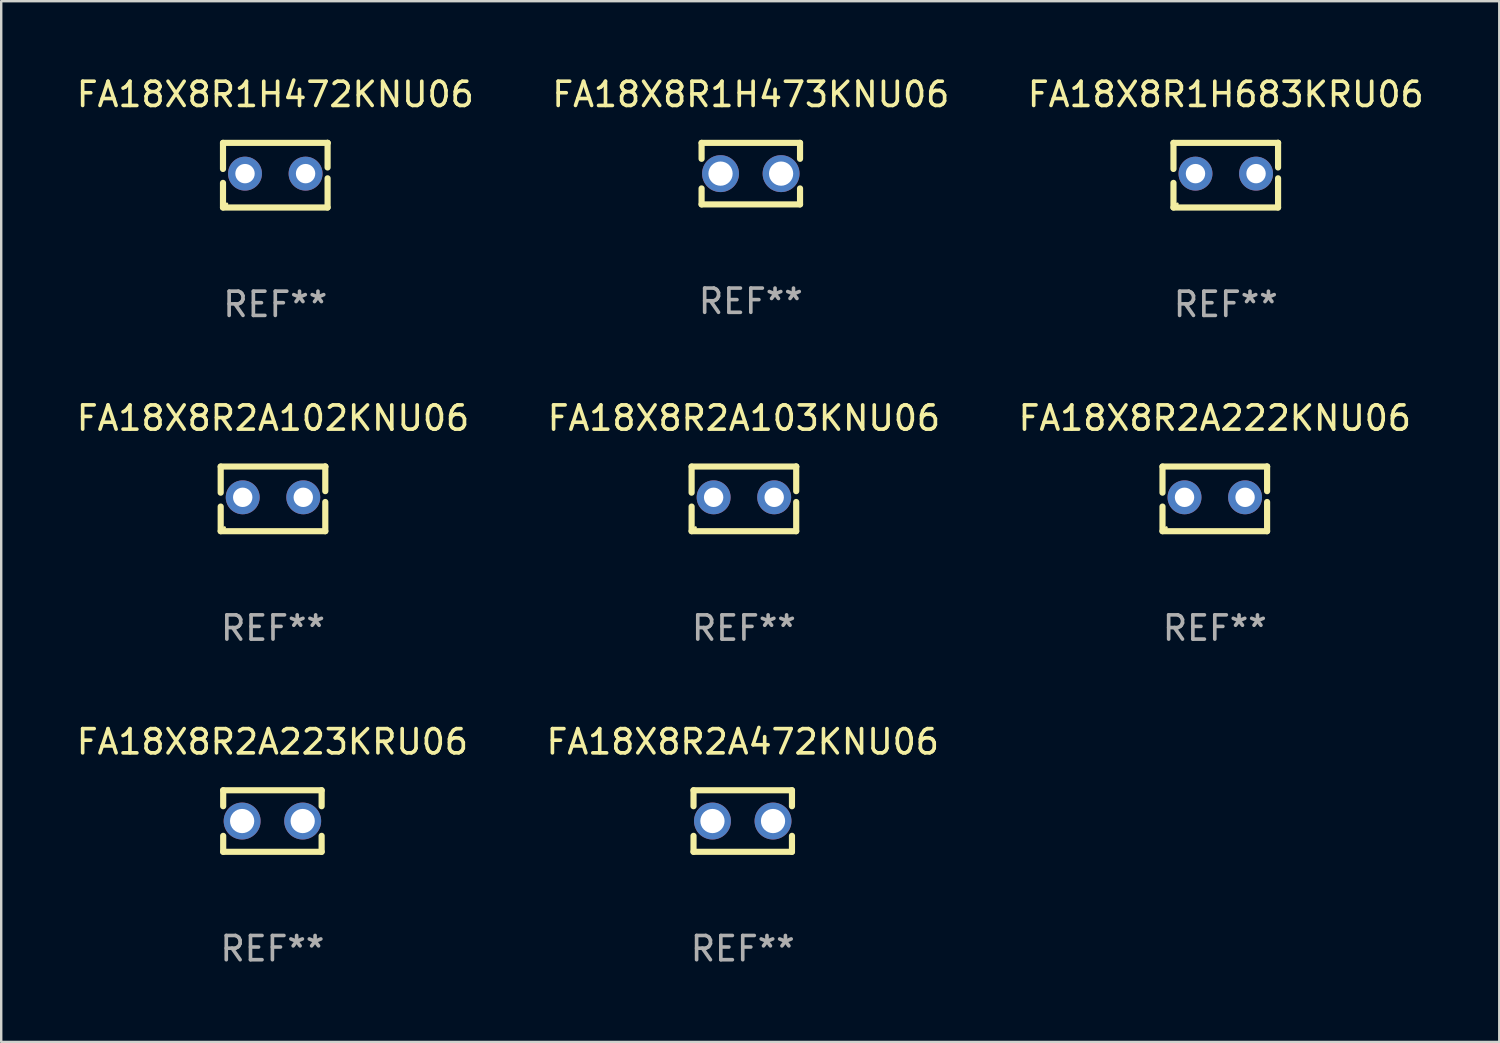
<source format=kicad_pcb>
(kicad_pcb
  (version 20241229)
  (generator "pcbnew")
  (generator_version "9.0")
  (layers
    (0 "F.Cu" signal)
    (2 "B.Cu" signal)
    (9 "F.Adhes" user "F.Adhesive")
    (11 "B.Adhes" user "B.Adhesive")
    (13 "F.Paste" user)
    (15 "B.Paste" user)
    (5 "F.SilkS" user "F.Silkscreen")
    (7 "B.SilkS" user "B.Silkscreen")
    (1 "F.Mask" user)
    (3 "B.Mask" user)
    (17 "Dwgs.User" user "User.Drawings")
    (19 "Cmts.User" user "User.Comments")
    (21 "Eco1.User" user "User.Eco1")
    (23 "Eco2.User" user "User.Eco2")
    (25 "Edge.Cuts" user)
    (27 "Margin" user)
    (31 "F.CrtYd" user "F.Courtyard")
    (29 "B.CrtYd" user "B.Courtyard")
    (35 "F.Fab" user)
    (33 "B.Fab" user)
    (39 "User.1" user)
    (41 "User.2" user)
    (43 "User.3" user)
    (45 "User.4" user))
  (footprint "FA18X8R2A223KRU06"
    (layer "F.Cu")
    (at 8.196 30.845)
    (property "Reference" "FA18X8R2A223KRU06" (at 0 -3.27 0) (layer "F.SilkS") (effects (font (size 1 1) (thickness 0.15))))
    (attr through_hole)
    (fp_line (start -2.032 -1.27) (end -2.032 -0.611) (stroke (width 0.254) (type solid)) (layer "F.SilkS"))
    (fp_line (start -2.032 0.611) (end -2.032 1.27) (stroke (width 0.254) (type solid)) (layer "F.SilkS"))
    (fp_line (start -2.032 1.27) (end 2.032 1.27) (stroke (width 0.254) (type solid)) (layer "F.SilkS"))
    (fp_line (start 2.032 -1.27) (end -2.032 -1.27) (stroke (width 0.254) (type solid)) (layer "F.SilkS"))
    (fp_line (start 2.032 -0.611) (end 2.032 -1.27) (stroke (width 0.254) (type solid)) (layer "F.SilkS"))
    (fp_line (start 2.032 1.27) (end 2.032 0.611) (stroke (width 0.254) (type solid)) (layer "F.SilkS"))
    (fp_circle (center -2 1.25) (end -1.97 1.25) (stroke (width 0.06) (type solid)) (fill no) (layer "F.SilkS"))
    (fp_text user "REF**" (at 0 5.27 0) (layer "F.Fab") (effects (font (size 1 1) (thickness 0.15))))
    (pad "1" thru_hole circle (at -1.25 0) (size 1.524 1.524) (drill 1) (layers "*.Cu" "*.Mask"))
    (pad "2" thru_hole circle (at 1.25 0) (size 1.524 1.524) (drill 1) (layers "*.Cu" "*.Mask")))
  (footprint "FA18X8R2A103KNU06"
    (layer "F.Cu")
    (at 27.661 17.545)
    (property "Reference" "FA18X8R2A103KNU06" (at 0 -3.334 0) (layer "F.SilkS") (effects (font (size 1 1) (thickness 0.15))))
    (attr through_hole)
    (fp_line (start -2.159 -1.334) (end 2.159 -1.334) (stroke (width 0.254) (type solid)) (layer "F.SilkS"))
    (fp_line (start -2.159 -0.256) (end -2.159 -1.334) (stroke (width 0.254) (type solid)) (layer "F.SilkS"))
    (fp_line (start -2.159 1.334) (end -2.159 0.318) (stroke (width 0.254) (type solid)) (layer "F.SilkS"))
    (fp_line (start 2.159 -1.334) (end 2.159 -1.334) (stroke (width 0.254) (type solid)) (layer "F.SilkS"))
    (fp_line (start 2.159 -1.334) (end 2.159 -0.318) (stroke (width 0.254) (type solid)) (layer "F.SilkS"))
    (fp_line (start 2.159 0.129) (end 2.159 1.334) (stroke (width 0.254) (type solid)) (layer "F.SilkS"))
    (fp_line (start 2.159 1.334) (end -2.159 1.334) (stroke (width 0.254) (type solid)) (layer "F.SilkS"))
    (fp_circle (center -2 1.186) (end -1.97 1.186) (stroke (width 0.06) (type solid)) (fill no) (layer "F.SilkS"))
    (fp_text user "REF**" (at 0 5.334 0) (layer "F.Fab") (effects (font (size 1 1) (thickness 0.15))))
    (pad "1" thru_hole circle (at -1.25 -0.064) (size 1.4 1.4) (drill 0.8) (layers "*.Cu" "*.Mask"))
    (pad "2" thru_hole circle (at 1.25 -0.064) (size 1.4 1.4) (drill 0.8) (layers "*.Cu" "*.Mask")))
  (footprint "FA18X8R1H473KNU06"
    (layer "F.Cu")
    (at 27.946 4.118)
    (property "Reference" "FA18X8R1H473KNU06" (at 0 -3.27 0) (layer "F.SilkS") (effects (font (size 1 1) (thickness 0.15))))
    (attr through_hole)
    (fp_line (start -2.032 -1.27) (end -2.032 -0.611) (stroke (width 0.254) (type solid)) (layer "F.SilkS"))
    (fp_line (start -2.032 0.611) (end -2.032 1.27) (stroke (width 0.254) (type solid)) (layer "F.SilkS"))
    (fp_line (start -2.032 1.27) (end 2.032 1.27) (stroke (width 0.254) (type solid)) (layer "F.SilkS"))
    (fp_line (start 2.032 -1.27) (end -2.032 -1.27) (stroke (width 0.254) (type solid)) (layer "F.SilkS"))
    (fp_line (start 2.032 -0.611) (end 2.032 -1.27) (stroke (width 0.254) (type solid)) (layer "F.SilkS"))
    (fp_line (start 2.032 1.27) (end 2.032 0.611) (stroke (width 0.254) (type solid)) (layer "F.SilkS"))
    (fp_circle (center -2 1.25) (end -1.97 1.25) (stroke (width 0.06) (type solid)) (fill no) (layer "F.SilkS"))
    (fp_text user "REF**" (at 0 5.27 0) (layer "F.Fab") (effects (font (size 1 1) (thickness 0.15))))
    (pad "1" thru_hole circle (at -1.25 0) (size 1.524 1.524) (drill 1) (layers "*.Cu" "*.Mask"))
    (pad "2" thru_hole circle (at 1.25 0) (size 1.524 1.524) (drill 1) (layers "*.Cu" "*.Mask")))
  (footprint "FA18X8R1H472KNU06"
    (layer "F.Cu")
    (at 8.315 4.182)
    (property "Reference" "FA18X8R1H472KNU06" (at 0 -3.334 0) (layer "F.SilkS") (effects (font (size 1 1) (thickness 0.15))))
    (attr through_hole)
    (fp_line (start -2.159 -1.334) (end 2.159 -1.334) (stroke (width 0.254) (type solid)) (layer "F.SilkS"))
    (fp_line (start -2.159 -0.256) (end -2.159 -1.334) (stroke (width 0.254) (type solid)) (layer "F.SilkS"))
    (fp_line (start -2.159 1.334) (end -2.159 0.318) (stroke (width 0.254) (type solid)) (layer "F.SilkS"))
    (fp_line (start 2.159 -1.334) (end 2.159 -1.334) (stroke (width 0.254) (type solid)) (layer "F.SilkS"))
    (fp_line (start 2.159 -1.334) (end 2.159 -0.318) (stroke (width 0.254) (type solid)) (layer "F.SilkS"))
    (fp_line (start 2.159 0.129) (end 2.159 1.334) (stroke (width 0.254) (type solid)) (layer "F.SilkS"))
    (fp_line (start 2.159 1.334) (end -2.159 1.334) (stroke (width 0.254) (type solid)) (layer "F.SilkS"))
    (fp_circle (center -2 1.186) (end -1.97 1.186) (stroke (width 0.06) (type solid)) (fill no) (layer "F.SilkS"))
    (fp_text user "REF**" (at 0 5.334 0) (layer "F.Fab") (effects (font (size 1 1) (thickness 0.15))))
    (pad "1" thru_hole circle (at -1.25 -0.064) (size 1.4 1.4) (drill 0.8) (layers "*.Cu" "*.Mask"))
    (pad "2" thru_hole circle (at 1.25 -0.064) (size 1.4 1.4) (drill 0.8) (layers "*.Cu" "*.Mask")))
  (footprint "FA18X8R2A222KNU06"
    (layer "F.Cu")
    (at 47.101 17.545)
    (property "Reference" "FA18X8R2A222KNU06" (at 0 -3.334 0) (layer "F.SilkS") (effects (font (size 1 1) (thickness 0.15))))
    (attr through_hole)
    (fp_line (start -2.159 -1.334) (end 2.159 -1.334) (stroke (width 0.254) (type solid)) (layer "F.SilkS"))
    (fp_line (start -2.159 -0.256) (end -2.159 -1.334) (stroke (width 0.254) (type solid)) (layer "F.SilkS"))
    (fp_line (start -2.159 1.334) (end -2.159 0.318) (stroke (width 0.254) (type solid)) (layer "F.SilkS"))
    (fp_line (start 2.159 -1.334) (end 2.159 -1.334) (stroke (width 0.254) (type solid)) (layer "F.SilkS"))
    (fp_line (start 2.159 -1.334) (end 2.159 -0.318) (stroke (width 0.254) (type solid)) (layer "F.SilkS"))
    (fp_line (start 2.159 0.129) (end 2.159 1.334) (stroke (width 0.254) (type solid)) (layer "F.SilkS"))
    (fp_line (start 2.159 1.334) (end -2.159 1.334) (stroke (width 0.254) (type solid)) (layer "F.SilkS"))
    (fp_circle (center -2 1.186) (end -1.97 1.186) (stroke (width 0.06) (type solid)) (fill no) (layer "F.SilkS"))
    (fp_text user "REF**" (at 0 5.334 0) (layer "F.Fab") (effects (font (size 1 1) (thickness 0.15))))
    (pad "1" thru_hole circle (at -1.25 -0.064) (size 1.4 1.4) (drill 0.8) (layers "*.Cu" "*.Mask"))
    (pad "2" thru_hole circle (at 1.25 -0.064) (size 1.4 1.4) (drill 0.8) (layers "*.Cu" "*.Mask")))
  (footprint "FA18X8R2A102KNU06"
    (layer "F.Cu")
    (at 8.22 17.545)
    (property "Reference" "FA18X8R2A102KNU06" (at 0 -3.334 0) (layer "F.SilkS") (effects (font (size 1 1) (thickness 0.15))))
    (attr through_hole)
    (fp_line (start -2.159 -1.334) (end 2.159 -1.334) (stroke (width 0.254) (type solid)) (layer "F.SilkS"))
    (fp_line (start -2.159 -0.256) (end -2.159 -1.334) (stroke (width 0.254) (type solid)) (layer "F.SilkS"))
    (fp_line (start -2.159 1.334) (end -2.159 0.318) (stroke (width 0.254) (type solid)) (layer "F.SilkS"))
    (fp_line (start 2.159 -1.334) (end 2.159 -1.334) (stroke (width 0.254) (type solid)) (layer "F.SilkS"))
    (fp_line (start 2.159 -1.334) (end 2.159 -0.318) (stroke (width 0.254) (type solid)) (layer "F.SilkS"))
    (fp_line (start 2.159 0.129) (end 2.159 1.334) (stroke (width 0.254) (type solid)) (layer "F.SilkS"))
    (fp_line (start 2.159 1.334) (end -2.159 1.334) (stroke (width 0.254) (type solid)) (layer "F.SilkS"))
    (fp_circle (center -2 1.186) (end -1.97 1.186) (stroke (width 0.06) (type solid)) (fill no) (layer "F.SilkS"))
    (fp_text user "REF**" (at 0 5.334 0) (layer "F.Fab") (effects (font (size 1 1) (thickness 0.15))))
    (pad "1" thru_hole circle (at -1.25 -0.064) (size 1.4 1.4) (drill 0.8) (layers "*.Cu" "*.Mask"))
    (pad "2" thru_hole circle (at 1.25 -0.064) (size 1.4 1.4) (drill 0.8) (layers "*.Cu" "*.Mask")))
  (footprint "FA18X8R1H683KRU06"
    (layer "F.Cu")
    (at 47.554 4.182)
    (property "Reference" "FA18X8R1H683KRU06" (at 0 -3.334 0) (layer "F.SilkS") (effects (font (size 1 1) (thickness 0.15))))
    (attr through_hole)
    (fp_line (start -2.159 -1.334) (end 2.159 -1.334) (stroke (width 0.254) (type solid)) (layer "F.SilkS"))
    (fp_line (start -2.159 -0.256) (end -2.159 -1.334) (stroke (width 0.254) (type solid)) (layer "F.SilkS"))
    (fp_line (start -2.159 1.334) (end -2.159 0.318) (stroke (width 0.254) (type solid)) (layer "F.SilkS"))
    (fp_line (start 2.159 -1.334) (end 2.159 -1.334) (stroke (width 0.254) (type solid)) (layer "F.SilkS"))
    (fp_line (start 2.159 -1.334) (end 2.159 -0.318) (stroke (width 0.254) (type solid)) (layer "F.SilkS"))
    (fp_line (start 2.159 0.129) (end 2.159 1.334) (stroke (width 0.254) (type solid)) (layer "F.SilkS"))
    (fp_line (start 2.159 1.334) (end -2.159 1.334) (stroke (width 0.254) (type solid)) (layer "F.SilkS"))
    (fp_circle (center -2 1.186) (end -1.97 1.186) (stroke (width 0.06) (type solid)) (fill no) (layer "F.SilkS"))
    (fp_text user "REF**" (at 0 5.334 0) (layer "F.Fab") (effects (font (size 1 1) (thickness 0.15))))
    (pad "1" thru_hole circle (at -1.25 -0.064) (size 1.4 1.4) (drill 0.8) (layers "*.Cu" "*.Mask"))
    (pad "2" thru_hole circle (at 1.25 -0.064) (size 1.4 1.4) (drill 0.8) (layers "*.Cu" "*.Mask")))
  (footprint "FA18X8R2A472KNU06"
    (layer "F.Cu")
    (at 27.613 30.845)
    (property "Reference" "FA18X8R2A472KNU06" (at 0 -3.27 0) (layer "F.SilkS") (effects (font (size 1 1) (thickness 0.15))))
    (attr through_hole)
    (fp_line (start -2.032 -1.27) (end -2.032 -0.611) (stroke (width 0.254) (type solid)) (layer "F.SilkS"))
    (fp_line (start -2.032 0.611) (end -2.032 1.27) (stroke (width 0.254) (type solid)) (layer "F.SilkS"))
    (fp_line (start -2.032 1.27) (end 2.032 1.27) (stroke (width 0.254) (type solid)) (layer "F.SilkS"))
    (fp_line (start 2.032 -1.27) (end -2.032 -1.27) (stroke (width 0.254) (type solid)) (layer "F.SilkS"))
    (fp_line (start 2.032 -0.611) (end 2.032 -1.27) (stroke (width 0.254) (type solid)) (layer "F.SilkS"))
    (fp_line (start 2.032 1.27) (end 2.032 0.611) (stroke (width 0.254) (type solid)) (layer "F.SilkS"))
    (fp_circle (center -2 1.25) (end -1.97 1.25) (stroke (width 0.06) (type solid)) (fill no) (layer "F.SilkS"))
    (fp_text user "REF**" (at 0 5.27 0) (layer "F.Fab") (effects (font (size 1 1) (thickness 0.15))))
    (pad "1" thru_hole circle (at -1.25 0) (size 1.524 1.524) (drill 1) (layers "*.Cu" "*.Mask"))
    (pad "2" thru_hole circle (at 1.25 0) (size 1.524 1.524) (drill 1) (layers "*.Cu" "*.Mask")))
  (gr_rect
    (start -3 -3)
    (end 58.845 39.964)
    (stroke (width 0.1) (type default))
    (fill no)
    (layer "Edge.Cuts")))
</source>
